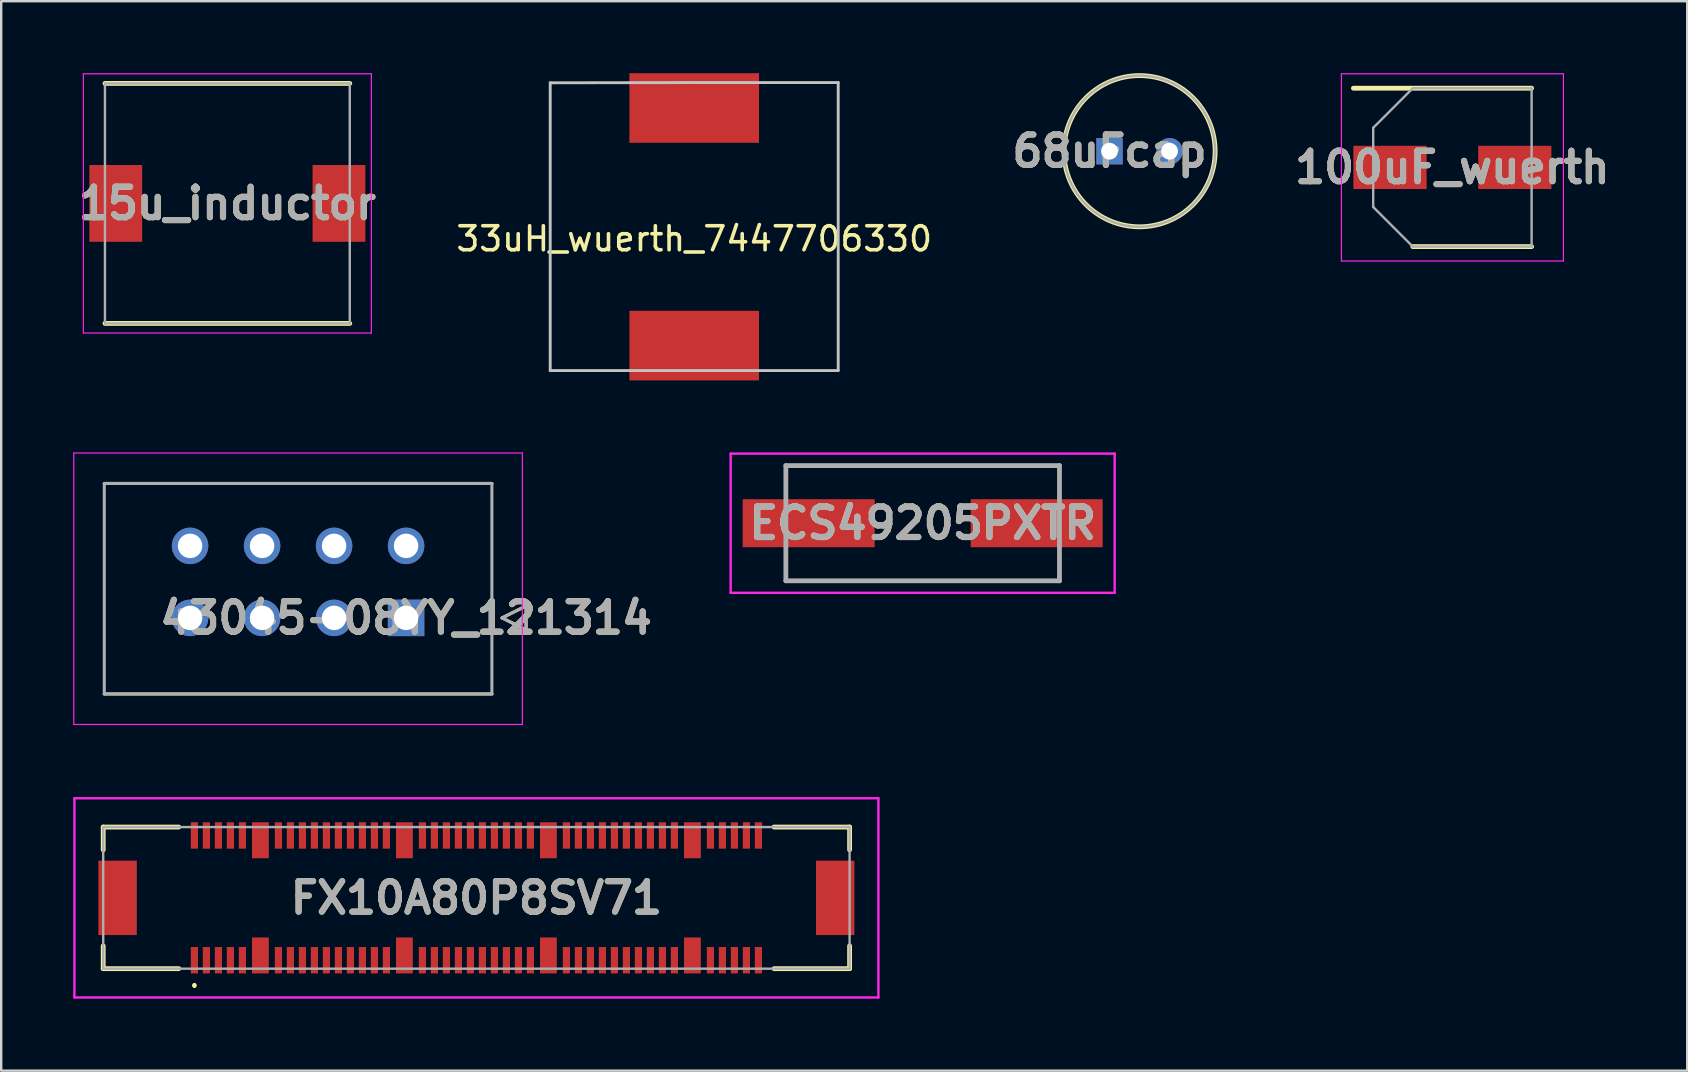
<source format=kicad_pcb>
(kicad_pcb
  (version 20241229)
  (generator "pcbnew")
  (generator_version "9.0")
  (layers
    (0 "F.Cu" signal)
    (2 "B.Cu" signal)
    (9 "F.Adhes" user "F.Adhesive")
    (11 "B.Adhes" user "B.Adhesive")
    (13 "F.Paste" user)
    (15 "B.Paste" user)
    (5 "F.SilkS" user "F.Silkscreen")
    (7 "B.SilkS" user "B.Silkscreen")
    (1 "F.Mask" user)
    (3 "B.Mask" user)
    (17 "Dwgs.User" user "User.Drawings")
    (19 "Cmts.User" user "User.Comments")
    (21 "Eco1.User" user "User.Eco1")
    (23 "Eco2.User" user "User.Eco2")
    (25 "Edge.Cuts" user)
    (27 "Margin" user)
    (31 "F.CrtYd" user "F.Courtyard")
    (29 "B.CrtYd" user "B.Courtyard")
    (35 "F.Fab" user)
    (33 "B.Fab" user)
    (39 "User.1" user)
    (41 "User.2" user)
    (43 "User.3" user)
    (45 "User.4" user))
  (footprint "33uH_wuerth_7447706330"
    (layer "F.Cu")
    (at 25.875 6.4)
    (property "Reference" "33uH_wuerth_7447706330" (at 0 0.5 0) (layer "F.SilkS") (effects (font (size 1 1) (thickness 0.15))))
    (attr through_hole)
    (fp_line (start -6 -6) (end 0 -6.01) (stroke (width 0.12) (type solid)) (layer "Dwgs.User"))
    (fp_line (start -6 5.99) (end -6 -6) (stroke (width 0.12) (type solid)) (layer "Dwgs.User"))
    (fp_line (start 0 -6.01) (end 6 -6.01) (stroke (width 0.12) (type solid)) (layer "Dwgs.User"))
    (fp_line (start 6 -6.01) (end 6 5.99) (stroke (width 0.12) (type solid)) (layer "Dwgs.User"))
    (fp_line (start 6 5.99) (end -6 5.99) (stroke (width 0.12) (type solid)) (layer "Dwgs.User"))
    (pad "1" smd rect (at 0 4.95) (size 5.4 2.9) (layers "F.Cu" "F.Mask" "F.Paste"))
    (pad "2" smd rect (at 0 -4.95) (size 5.4 2.9) (layers "F.Cu" "F.Mask" "F.Paste")))
  (footprint "ECS49205PXTR"
    (layer "F.Cu")
    (at 35.394 18.75)
    (property "Reference" "ECS49205PXTR" (at 0 0 0) (layer "F.SilkS") (effects (font (size 1.27 1.27) (thickness 0.254))))
    (attr smd)
    (fp_line (start -5.7 -2.4) (end 5.7 -2.4) (stroke (width 0.1) (type solid)) (layer "F.SilkS"))
    (fp_line (start -5.7 -1.5) (end -5.7 -2.4) (stroke (width 0.1) (type solid)) (layer "F.SilkS"))
    (fp_line (start -5.7 1.5) (end -5.7 2.4) (stroke (width 0.1) (type solid)) (layer "F.SilkS"))
    (fp_line (start -5.7 2.4) (end 5.7 2.4) (stroke (width 0.1) (type solid)) (layer "F.SilkS"))
    (fp_line (start 5.7 -2.4) (end 5.7 -1.5) (stroke (width 0.1) (type solid)) (layer "F.SilkS"))
    (fp_line (start 5.7 2.4) (end 5.7 1.5) (stroke (width 0.1) (type solid)) (layer "F.SilkS"))
    (fp_line (start -8 -2.9) (end 8 -2.9) (stroke (width 0.1) (type solid)) (layer "F.CrtYd"))
    (fp_line (start -8 2.9) (end -8 -2.9) (stroke (width 0.1) (type solid)) (layer "F.CrtYd"))
    (fp_line (start 8 -2.9) (end 8 2.9) (stroke (width 0.1) (type solid)) (layer "F.CrtYd"))
    (fp_line (start 8 2.9) (end -8 2.9) (stroke (width 0.1) (type solid)) (layer "F.CrtYd"))
    (fp_line (start -5.7 -2.4) (end 5.7 -2.4) (stroke (width 0.2) (type solid)) (layer "F.Fab"))
    (fp_line (start -5.7 2.4) (end -5.7 -2.4) (stroke (width 0.2) (type solid)) (layer "F.Fab"))
    (fp_line (start 5.7 -2.4) (end 5.7 2.4) (stroke (width 0.2) (type solid)) (layer "F.Fab"))
    (fp_line (start 5.7 2.4) (end -5.7 2.4) (stroke (width 0.2) (type solid)) (layer "F.Fab"))
    (fp_text user "${REFERENCE}" (at 0 0 0) (layer "F.Fab") (effects (font (size 1.27 1.27) (thickness 0.254))))
    (pad "1" smd rect (at -4.75 0 90) (size 2 5.5) (layers "F.Cu" "F.Mask" "F.Paste"))
    (pad "2" smd rect (at 4.75 0 90) (size 2 5.5) (layers "F.Cu" "F.Mask" "F.Paste")))
  (footprint "68uFcap"
    (layer "F.Cu")
    (at 43.18 3.25)
    (property "Reference" "68uFcap" (at 0 0 0) (layer "F.SilkS") (effects (font (size 1.27 1.27) (thickness 0.254))))
    (attr through_hole)
    (fp_circle (center 1.25 0) (end 1.25 3.15) (stroke (width 0.2) (type solid)) (fill no) (layer "F.SilkS"))
    (fp_circle (center 1.25 0) (end 1.25 3.15) (stroke (width 0.1) (type solid)) (fill no) (layer "F.Fab"))
    (fp_text user "${REFERENCE}" (at 0 0 0) (layer "F.Fab") (effects (font (size 1.27 1.27) (thickness 0.254))))
    (pad "1" thru_hole rect (at 0 0) (size 1.1 1.1) (drill 0.7) (layers "*.Cu" "*.Mask"))
    (pad "2" thru_hole circle (at 2.5 0) (size 1.1 1.1) (drill 0.7) (layers "*.Cu" "*.Mask")))
  (footprint "15u_inductor"
    (layer "F.Cu")
    (at 6.423 5.425)
    (property "Reference" "15u_inductor" (at 0 0 0) (layer "F.SilkS") (effects (font (size 1.27 1.27) (thickness 0.254))))
    (attr smd)
    (fp_line (start -5.1 5) (end 5.1 5) (stroke (width 0.2) (type solid)) (layer "F.SilkS"))
    (fp_line (start 5.1 -5) (end -5.1 -5) (stroke (width 0.2) (type solid)) (layer "F.SilkS"))
    (fp_line (start -6 -5.4) (end 6 -5.4) (stroke (width 0.05) (type solid)) (layer "F.CrtYd"))
    (fp_line (start -6 5.4) (end -6 -5.4) (stroke (width 0.05) (type solid)) (layer "F.CrtYd"))
    (fp_line (start 6 -5.4) (end 6 5.4) (stroke (width 0.05) (type solid)) (layer "F.CrtYd"))
    (fp_line (start 6 5.4) (end -6 5.4) (stroke (width 0.05) (type solid)) (layer "F.CrtYd"))
    (fp_line (start -5.1 -5) (end 5.1 -5) (stroke (width 0.1) (type solid)) (layer "F.Fab"))
    (fp_line (start -5.1 5) (end -5.1 -5) (stroke (width 0.1) (type solid)) (layer "F.Fab"))
    (fp_line (start 5.1 -5) (end 5.1 5) (stroke (width 0.1) (type solid)) (layer "F.Fab"))
    (fp_line (start 5.1 5) (end -5.1 5) (stroke (width 0.1) (type solid)) (layer "F.Fab"))
    (fp_text user "${REFERENCE}" (at 0 0 0) (layer "F.Fab") (effects (font (size 1.27 1.27) (thickness 0.254))))
    (pad "1" smd rect (at -4.65 0) (size 2.2 3.2) (layers "F.Cu" "F.Mask" "F.Paste"))
    (pad "2" smd rect (at 4.65 0) (size 2.2 3.2) (layers "F.Cu" "F.Mask" "F.Paste")))
  (footprint "100uF_wuerth"
    (layer "F.Cu")
    (at 57.466 3.925)
    (property "Reference" "100uF_wuerth" (at 0 0 0) (layer "F.SilkS") (effects (font (size 1.27 1.27) (thickness 0.254))))
    (attr smd)
    (fp_line (start -4.125 -3.3) (end 3.3 -3.3) (stroke (width 0.2) (type solid)) (layer "F.SilkS"))
    (fp_line (start -1.65 3.3) (end 3.3 3.3) (stroke (width 0.2) (type solid)) (layer "F.SilkS"))
    (fp_line (start -4.625 -3.9) (end 4.625 -3.9) (stroke (width 0.05) (type solid)) (layer "F.CrtYd"))
    (fp_line (start -4.625 3.9) (end -4.625 -3.9) (stroke (width 0.05) (type solid)) (layer "F.CrtYd"))
    (fp_line (start 4.625 -3.9) (end 4.625 3.9) (stroke (width 0.05) (type solid)) (layer "F.CrtYd"))
    (fp_line (start 4.625 3.9) (end -4.625 3.9) (stroke (width 0.05) (type solid)) (layer "F.CrtYd"))
    (fp_line (start -3.3 -1.65) (end -3.3 1.65) (stroke (width 0.1) (type solid)) (layer "F.Fab"))
    (fp_line (start -3.3 1.65) (end -1.65 3.3) (stroke (width 0.1) (type solid)) (layer "F.Fab"))
    (fp_line (start -1.65 -3.3) (end -3.3 -1.65) (stroke (width 0.1) (type solid)) (layer "F.Fab"))
    (fp_line (start -1.65 3.3) (end 3.3 3.3) (stroke (width 0.1) (type solid)) (layer "F.Fab"))
    (fp_line (start 3.3 -3.3) (end -1.65 -3.3) (stroke (width 0.1) (type solid)) (layer "F.Fab"))
    (fp_line (start 3.3 3.3) (end 3.3 -3.3) (stroke (width 0.1) (type solid)) (layer "F.Fab"))
    (fp_text user "${REFERENCE}" (at 0 0 0) (layer "F.Fab") (effects (font (size 1.27 1.27) (thickness 0.254))))
    (pad "1" smd rect (at -2.6 0 90) (size 1.8 3.05) (layers "F.Cu" "F.Mask" "F.Paste"))
    (pad "2" smd rect (at 2.6 0 90) (size 1.8 3.05) (layers "F.Cu" "F.Mask" "F.Paste")))
  (footprint "43045-08YY_121314"
    (layer "F.Cu")
    (at 13.87 22.695)
    (property "Reference" "43045-08YY_121314" (at 0 0 0) (layer "F.SilkS") (effects (font (size 1.27 1.27) (thickness 0.254))))
    (attr through_hole)
    (fp_line (start -12.575 -5.6) (end 3.575 -5.6) (stroke (width 0.127) (type solid)) (layer "F.SilkS"))
    (fp_line (start 3.575 3.17) (end -12.575 3.17) (stroke (width 0.127) (type solid)) (layer "F.SilkS"))
    (fp_line (start 4 0) (end 5 -0.5) (stroke (width 0.127) (type solid)) (layer "F.SilkS"))
    (fp_line (start 5 -0.5) (end 5 0.5) (stroke (width 0.127) (type solid)) (layer "F.SilkS"))
    (fp_line (start 5 0.5) (end 4 0) (stroke (width 0.127) (type solid)) (layer "F.SilkS"))
    (fp_line (start -13.845 -6.87) (end 4.845 -6.87) (stroke (width 0.05) (type solid)) (layer "F.CrtYd"))
    (fp_line (start -13.845 4.44) (end -13.845 -6.87) (stroke (width 0.05) (type solid)) (layer "F.CrtYd"))
    (fp_line (start 4.845 -6.87) (end 4.845 4.44) (stroke (width 0.05) (type solid)) (layer "F.CrtYd"))
    (fp_line (start 4.845 4.44) (end -13.845 4.44) (stroke (width 0.05) (type solid)) (layer "F.CrtYd"))
    (fp_line (start -12.575 -5.6) (end 3.575 -5.6) (stroke (width 0.127) (type solid)) (layer "F.Fab"))
    (fp_line (start -12.575 3.17) (end -12.575 -5.6) (stroke (width 0.127) (type solid)) (layer "F.Fab"))
    (fp_line (start 3.575 -5.6) (end 3.575 3.17) (stroke (width 0.127) (type solid)) (layer "F.Fab"))
    (fp_line (start 3.575 3.17) (end -12.575 3.17) (stroke (width 0.127) (type solid)) (layer "F.Fab"))
    (fp_line (start 4 0) (end 5 -0.5) (stroke (width 0.127) (type solid)) (layer "F.Fab"))
    (fp_line (start 5 -0.5) (end 5 0.5) (stroke (width 0.127) (type solid)) (layer "F.Fab"))
    (fp_line (start 5 0.5) (end 4 0) (stroke (width 0.127) (type solid)) (layer "F.Fab"))
    (fp_text user "${REFERENCE}" (at 0 0 0) (layer "F.Fab") (effects (font (size 1.27 1.27) (thickness 0.254))))
    (pad "" np_thru_hole circle (at -12 -3.94) (size 0.001 0.001) (drill 1.02) (layers "*.Cu" "*.Mask"))
    (pad "" np_thru_hole circle (at 3 -3.94) (size 0.001 0.001) (drill 1.02) (layers "*.Cu" "*.Mask"))
    (pad "1" thru_hole rect (at 0 0) (size 1.52 1.52) (drill 1.02) (layers "*.Cu" "*.Mask"))
    (pad "2" thru_hole circle (at -3 0) (size 1.52 1.52) (drill 1.02) (layers "*.Cu" "*.Mask"))
    (pad "3" thru_hole circle (at -6 0) (size 1.52 1.52) (drill 1.02) (layers "*.Cu" "*.Mask"))
    (pad "4" thru_hole circle (at -9 0) (size 1.52 1.52) (drill 1.02) (layers "*.Cu" "*.Mask"))
    (pad "5" thru_hole circle (at 0 -3) (size 1.52 1.52) (drill 1.02) (layers "*.Cu" "*.Mask"))
    (pad "6" thru_hole circle (at -3 -3) (size 1.52 1.52) (drill 1.02) (layers "*.Cu" "*.Mask"))
    (pad "7" thru_hole circle (at -6 -3) (size 1.52 1.52) (drill 1.02) (layers "*.Cu" "*.Mask"))
    (pad "8" thru_hole circle (at -9 -3) (size 1.52 1.52) (drill 1.02) (layers "*.Cu" "*.Mask")))
  (footprint "FX10A80P8SV71"
    (layer "F.Cu")
    (at 16.8 34.36)
    (property "Reference" "FX10A80P8SV71" (at 0 0 0) (layer "F.SilkS") (effects (font (size 1.27 1.27) (thickness 0.254))))
    (attr through_hole)
    (fp_line (start -15.55 -2.95) (end -12.4 -2.95) (stroke (width 0.2) (type solid)) (layer "F.SilkS"))
    (fp_line (start -15.55 -2) (end -15.55 -2.95) (stroke (width 0.2) (type solid)) (layer "F.SilkS"))
    (fp_line (start -15.55 2) (end -15.55 2.95) (stroke (width 0.2) (type solid)) (layer "F.SilkS"))
    (fp_line (start -15.55 2.95) (end -12.4 2.95) (stroke (width 0.2) (type solid)) (layer "F.SilkS"))
    (fp_line (start -11.75 3.6) (end -11.75 3.6) (stroke (width 0.1) (type solid)) (layer "F.SilkS"))
    (fp_line (start -11.75 3.7) (end -11.75 3.7) (stroke (width 0.1) (type solid)) (layer "F.SilkS"))
    (fp_line (start 12.4 -2.95) (end 15.55 -2.95) (stroke (width 0.2) (type solid)) (layer "F.SilkS"))
    (fp_line (start 15.55 -2.95) (end 15.55 -2) (stroke (width 0.2) (type solid)) (layer "F.SilkS"))
    (fp_line (start 15.55 2) (end 15.55 2.95) (stroke (width 0.2) (type solid)) (layer "F.SilkS"))
    (fp_line (start 15.55 2.95) (end 12.4 2.95) (stroke (width 0.2) (type solid)) (layer "F.SilkS"))
    (fp_arc (start -11.75 3.6) (mid -11.7 3.65) (end -11.75 3.7) (stroke (width 0.1) (type solid)) (layer "F.SilkS"))
    (fp_arc (start -11.75 3.7) (mid -11.8 3.65) (end -11.75 3.6) (stroke (width 0.1) (type solid)) (layer "F.SilkS"))
    (fp_line (start -16.75 -4.15) (end 16.75 -4.15) (stroke (width 0.1) (type solid)) (layer "F.CrtYd"))
    (fp_line (start -16.75 4.15) (end -16.75 -4.15) (stroke (width 0.1) (type solid)) (layer "F.CrtYd"))
    (fp_line (start 16.75 -4.15) (end 16.75 4.15) (stroke (width 0.1) (type solid)) (layer "F.CrtYd"))
    (fp_line (start 16.75 4.15) (end -16.75 4.15) (stroke (width 0.1) (type solid)) (layer "F.CrtYd"))
    (fp_line (start -15.55 -2.95) (end 15.55 -2.95) (stroke (width 0.1) (type solid)) (layer "F.Fab"))
    (fp_line (start -15.55 2.95) (end -15.55 -2.95) (stroke (width 0.1) (type solid)) (layer "F.Fab"))
    (fp_line (start 15.55 -2.95) (end 15.55 2.95) (stroke (width 0.1) (type solid)) (layer "F.Fab"))
    (fp_line (start 15.55 2.95) (end -15.55 2.95) (stroke (width 0.1) (type solid)) (layer "F.Fab"))
    (fp_text user "${REFERENCE}" (at 0 0 0) (layer "F.Fab") (effects (font (size 1.27 1.27) (thickness 0.254))))
    (pad "" np_thru_hole circle (at -13.2 0) (size 0.001 0.001) (drill 1.1) (layers "*.Cu" "*.Mask"))
    (pad "" np_thru_hole circle (at 13.2 0) (size 0.001 0.001) (drill 1.2) (layers "*.Cu" "*.Mask"))
    (pad "1" smd rect (at -11.75 2.6) (size 0.3 1.1) (layers "F.Cu" "F.Mask" "F.Paste"))
    (pad "2" smd rect (at -11.75 -2.6) (size 0.3 1.1) (layers "F.Cu" "F.Mask" "F.Paste"))
    (pad "3" smd rect (at -11.25 2.6) (size 0.3 1.1) (layers "F.Cu" "F.Mask" "F.Paste"))
    (pad "4" smd rect (at -11.25 -2.6) (size 0.3 1.1) (layers "F.Cu" "F.Mask" "F.Paste"))
    (pad "5" smd rect (at -10.75 2.6) (size 0.3 1.1) (layers "F.Cu" "F.Mask" "F.Paste"))
    (pad "6" smd rect (at -10.75 -2.6) (size 0.3 1.1) (layers "F.Cu" "F.Mask" "F.Paste"))
    (pad "7" smd rect (at -10.25 2.6) (size 0.3 1.1) (layers "F.Cu" "F.Mask" "F.Paste"))
    (pad "8" smd rect (at -10.25 -2.6) (size 0.3 1.1) (layers "F.Cu" "F.Mask" "F.Paste"))
    (pad "9" smd rect (at -9.75 2.6) (size 0.3 1.1) (layers "F.Cu" "F.Mask" "F.Paste"))
    (pad "10" smd rect (at -9.75 -2.6) (size 0.3 1.1) (layers "F.Cu" "F.Mask" "F.Paste"))
    (pad "11" smd rect (at -8.25 2.6) (size 0.3 1.1) (layers "F.Cu" "F.Mask" "F.Paste"))
    (pad "12" smd rect (at -8.25 -2.6) (size 0.3 1.1) (layers "F.Cu" "F.Mask" "F.Paste"))
    (pad "13" smd rect (at -7.75 2.6) (size 0.3 1.1) (layers "F.Cu" "F.Mask" "F.Paste"))
    (pad "14" smd rect (at -7.75 -2.6) (size 0.3 1.1) (layers "F.Cu" "F.Mask" "F.Paste"))
    (pad "15" smd rect (at -7.25 2.6) (size 0.3 1.1) (layers "F.Cu" "F.Mask" "F.Paste"))
    (pad "16" smd rect (at -7.25 -2.6) (size 0.3 1.1) (layers "F.Cu" "F.Mask" "F.Paste"))
    (pad "17" smd rect (at -6.75 2.6) (size 0.3 1.1) (layers "F.Cu" "F.Mask" "F.Paste"))
    (pad "18" smd rect (at -6.75 -2.6) (size 0.3 1.1) (layers "F.Cu" "F.Mask" "F.Paste"))
    (pad "19" smd rect (at -6.25 2.6) (size 0.3 1.1) (layers "F.Cu" "F.Mask" "F.Paste"))
    (pad "20" smd rect (at -6.25 -2.6) (size 0.3 1.1) (layers "F.Cu" "F.Mask" "F.Paste"))
    (pad "21" smd rect (at -5.75 2.6) (size 0.3 1.1) (layers "F.Cu" "F.Mask" "F.Paste"))
    (pad "22" smd rect (at -5.75 -2.6) (size 0.3 1.1) (layers "F.Cu" "F.Mask" "F.Paste"))
    (pad "23" smd rect (at -5.25 2.6) (size 0.3 1.1) (layers "F.Cu" "F.Mask" "F.Paste"))
    (pad "24" smd rect (at -5.25 -2.6) (size 0.3 1.1) (layers "F.Cu" "F.Mask" "F.Paste"))
    (pad "25" smd rect (at -4.75 2.6) (size 0.3 1.1) (layers "F.Cu" "F.Mask" "F.Paste"))
    (pad "26" smd rect (at -4.75 -2.6) (size 0.3 1.1) (layers "F.Cu" "F.Mask" "F.Paste"))
    (pad "27" smd rect (at -4.25 2.6) (size 0.3 1.1) (layers "F.Cu" "F.Mask" "F.Paste"))
    (pad "28" smd rect (at -4.25 -2.6) (size 0.3 1.1) (layers "F.Cu" "F.Mask" "F.Paste"))
    (pad "29" smd rect (at -3.75 2.6) (size 0.3 1.1) (layers "F.Cu" "F.Mask" "F.Paste"))
    (pad "30" smd rect (at -3.75 -2.6) (size 0.3 1.1) (layers "F.Cu" "F.Mask" "F.Paste"))
    (pad "31" smd rect (at -2.25 2.6) (size 0.3 1.1) (layers "F.Cu" "F.Mask" "F.Paste"))
    (pad "32" smd rect (at -2.25 -2.6) (size 0.3 1.1) (layers "F.Cu" "F.Mask" "F.Paste"))
    (pad "33" smd rect (at -1.75 2.6) (size 0.3 1.1) (layers "F.Cu" "F.Mask" "F.Paste"))
    (pad "34" smd rect (at -1.75 -2.6) (size 0.3 1.1) (layers "F.Cu" "F.Mask" "F.Paste"))
    (pad "35" smd rect (at -1.25 2.6) (size 0.3 1.1) (layers "F.Cu" "F.Mask" "F.Paste"))
    (pad "36" smd rect (at -1.25 -2.6) (size 0.3 1.1) (layers "F.Cu" "F.Mask" "F.Paste"))
    (pad "37" smd rect (at -0.75 2.6) (size 0.3 1.1) (layers "F.Cu" "F.Mask" "F.Paste"))
    (pad "38" smd rect (at -0.75 -2.6) (size 0.3 1.1) (layers "F.Cu" "F.Mask" "F.Paste"))
    (pad "39" smd rect (at -0.25 2.6) (size 0.3 1.1) (layers "F.Cu" "F.Mask" "F.Paste"))
    (pad "40" smd rect (at -0.25 -2.6) (size 0.3 1.1) (layers "F.Cu" "F.Mask" "F.Paste"))
    (pad "41" smd rect (at 0.25 2.6) (size 0.3 1.1) (layers "F.Cu" "F.Mask" "F.Paste"))
    (pad "42" smd rect (at 0.25 -2.6) (size 0.3 1.1) (layers "F.Cu" "F.Mask" "F.Paste"))
    (pad "43" smd rect (at 0.75 2.6) (size 0.3 1.1) (layers "F.Cu" "F.Mask" "F.Paste"))
    (pad "44" smd rect (at 0.75 -2.6) (size 0.3 1.1) (layers "F.Cu" "F.Mask" "F.Paste"))
    (pad "45" smd rect (at 1.25 2.6) (size 0.3 1.1) (layers "F.Cu" "F.Mask" "F.Paste"))
    (pad "46" smd rect (at 1.25 -2.6) (size 0.3 1.1) (layers "F.Cu" "F.Mask" "F.Paste"))
    (pad "47" smd rect (at 1.75 2.6) (size 0.3 1.1) (layers "F.Cu" "F.Mask" "F.Paste"))
    (pad "48" smd rect (at 1.75 -2.6) (size 0.3 1.1) (layers "F.Cu" "F.Mask" "F.Paste"))
    (pad "49" smd rect (at 2.25 2.6) (size 0.3 1.1) (layers "F.Cu" "F.Mask" "F.Paste"))
    (pad "50" smd rect (at 2.25 -2.6) (size 0.3 1.1) (layers "F.Cu" "F.Mask" "F.Paste"))
    (pad "51" smd rect (at 3.75 2.6) (size 0.3 1.1) (layers "F.Cu" "F.Mask" "F.Paste"))
    (pad "52" smd rect (at 3.75 -2.6) (size 0.3 1.1) (layers "F.Cu" "F.Mask" "F.Paste"))
    (pad "53" smd rect (at 4.25 2.6) (size 0.3 1.1) (layers "F.Cu" "F.Mask" "F.Paste"))
    (pad "54" smd rect (at 4.25 -2.6) (size 0.3 1.1) (layers "F.Cu" "F.Mask" "F.Paste"))
    (pad "55" smd rect (at 4.75 2.6) (size 0.3 1.1) (layers "F.Cu" "F.Mask" "F.Paste"))
    (pad "56" smd rect (at 4.75 -2.6) (size 0.3 1.1) (layers "F.Cu" "F.Mask" "F.Paste"))
    (pad "57" smd rect (at 5.25 2.6) (size 0.3 1.1) (layers "F.Cu" "F.Mask" "F.Paste"))
    (pad "58" smd rect (at 5.25 -2.6) (size 0.3 1.1) (layers "F.Cu" "F.Mask" "F.Paste"))
    (pad "59" smd rect (at 5.75 2.6) (size 0.3 1.1) (layers "F.Cu" "F.Mask" "F.Paste"))
    (pad "60" smd rect (at 5.75 -2.6) (size 0.3 1.1) (layers "F.Cu" "F.Mask" "F.Paste"))
    (pad "61" smd rect (at 6.25 2.6) (size 0.3 1.1) (layers "F.Cu" "F.Mask" "F.Paste"))
    (pad "62" smd rect (at 6.25 -2.6) (size 0.3 1.1) (layers "F.Cu" "F.Mask" "F.Paste"))
    (pad "63" smd rect (at 6.75 2.6) (size 0.3 1.1) (layers "F.Cu" "F.Mask" "F.Paste"))
    (pad "64" smd rect (at 6.75 -2.6) (size 0.3 1.1) (layers "F.Cu" "F.Mask" "F.Paste"))
    (pad "65" smd rect (at 7.25 2.6) (size 0.3 1.1) (layers "F.Cu" "F.Mask" "F.Paste"))
    (pad "66" smd rect (at 7.25 -2.6) (size 0.3 1.1) (layers "F.Cu" "F.Mask" "F.Paste"))
    (pad "67" smd rect (at 7.75 2.6) (size 0.3 1.1) (layers "F.Cu" "F.Mask" "F.Paste"))
    (pad "68" smd rect (at 7.75 -2.6) (size 0.3 1.1) (layers "F.Cu" "F.Mask" "F.Paste"))
    (pad "69" smd rect (at 8.25 2.6) (size 0.3 1.1) (layers "F.Cu" "F.Mask" "F.Paste"))
    (pad "70" smd rect (at 8.25 -2.6) (size 0.3 1.1) (layers "F.Cu" "F.Mask" "F.Paste"))
    (pad "71" smd rect (at 9.75 2.6) (size 0.3 1.1) (layers "F.Cu" "F.Mask" "F.Paste"))
    (pad "72" smd rect (at 9.75 -2.6) (size 0.3 1.1) (layers "F.Cu" "F.Mask" "F.Paste"))
    (pad "73" smd rect (at 10.25 2.6) (size 0.3 1.1) (layers "F.Cu" "F.Mask" "F.Paste"))
    (pad "74" smd rect (at 10.25 -2.6) (size 0.3 1.1) (layers "F.Cu" "F.Mask" "F.Paste"))
    (pad "75" smd rect (at 10.75 2.6) (size 0.3 1.1) (layers "F.Cu" "F.Mask" "F.Paste"))
    (pad "76" smd rect (at 10.75 -2.6) (size 0.3 1.1) (layers "F.Cu" "F.Mask" "F.Paste"))
    (pad "77" smd rect (at 11.25 2.6) (size 0.3 1.1) (layers "F.Cu" "F.Mask" "F.Paste"))
    (pad "78" smd rect (at 11.25 -2.6) (size 0.3 1.1) (layers "F.Cu" "F.Mask" "F.Paste"))
    (pad "79" smd rect (at 11.75 2.6) (size 0.3 1.1) (layers "F.Cu" "F.Mask" "F.Paste"))
    (pad "80" smd rect (at 11.75 -2.6) (size 0.3 1.1) (layers "F.Cu" "F.Mask" "F.Paste"))
    (pad "81" smd rect (at -9 2.4) (size 0.7 1.5) (layers "F.Cu" "F.Mask" "F.Paste"))
    (pad "82" smd rect (at -9 -2.4) (size 0.7 1.5) (layers "F.Cu" "F.Mask" "F.Paste"))
    (pad "83" smd rect (at -3 2.4) (size 0.7 1.5) (layers "F.Cu" "F.Mask" "F.Paste"))
    (pad "84" smd rect (at -3 -2.4) (size 0.7 1.5) (layers "F.Cu" "F.Mask" "F.Paste"))
    (pad "85" smd rect (at 3 2.4) (size 0.7 1.5) (layers "F.Cu" "F.Mask" "F.Paste"))
    (pad "86" smd rect (at 3 -2.4) (size 0.7 1.5) (layers "F.Cu" "F.Mask" "F.Paste"))
    (pad "87" smd rect (at 9 2.4) (size 0.7 1.5) (layers "F.Cu" "F.Mask" "F.Paste"))
    (pad "88" smd rect (at 9 -2.4) (size 0.7 1.5) (layers "F.Cu" "F.Mask" "F.Paste"))
    (pad "MP1" smd rect (at -14.95 0) (size 1.6 3.1) (layers "F.Cu" "F.Mask" "F.Paste"))
    (pad "MP2" smd rect (at 14.95 0) (size 1.6 3.1) (layers "F.Cu" "F.Mask" "F.Paste")))
  (gr_rect
    (start -3 -3)
    (end 67.251 41.56)
    (stroke (width 0.1) (type default))
    (fill no)
    (layer "Edge.Cuts")))
</source>
